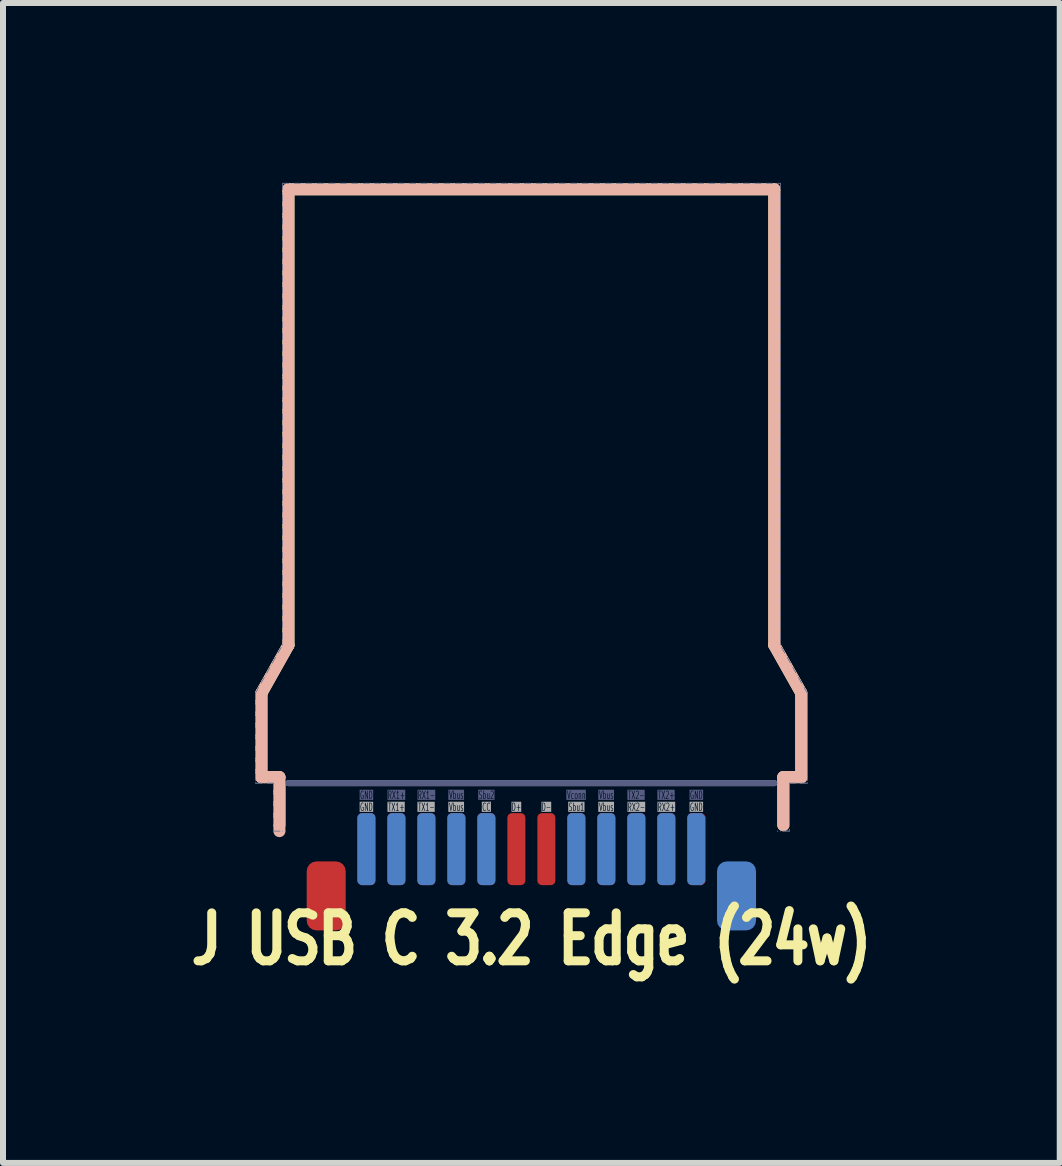
<source format=kicad_pcb>
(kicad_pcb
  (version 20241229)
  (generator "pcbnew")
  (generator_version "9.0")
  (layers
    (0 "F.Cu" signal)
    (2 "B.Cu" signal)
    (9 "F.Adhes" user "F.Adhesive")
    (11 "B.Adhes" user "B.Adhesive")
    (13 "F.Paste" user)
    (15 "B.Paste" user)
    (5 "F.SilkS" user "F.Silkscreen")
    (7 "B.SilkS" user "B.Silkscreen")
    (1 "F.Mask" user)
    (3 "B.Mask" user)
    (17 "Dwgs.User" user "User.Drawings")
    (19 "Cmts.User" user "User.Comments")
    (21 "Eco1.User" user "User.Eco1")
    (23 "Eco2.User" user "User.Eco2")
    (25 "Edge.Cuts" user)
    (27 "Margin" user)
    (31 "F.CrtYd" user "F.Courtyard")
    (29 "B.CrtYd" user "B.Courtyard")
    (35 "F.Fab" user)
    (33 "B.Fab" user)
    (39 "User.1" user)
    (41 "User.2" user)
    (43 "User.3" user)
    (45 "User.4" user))
  (footprint "J USB C 3.2 Edge (24w)"
    (layer "F.Cu")
    (at 5.808 11.005)
    (property "Reference" "J USB C 3.2 Edge (24w)" (at 0 1.6 0) (layer "F.SilkS") (effects (font (size 0.8 0.6) (thickness 0.15))))
    (attr smd)
    (fp_line (start -4.5 -2.5) (end -4.5 -1.1) (stroke (width 0.2) (type default)) (layer "F.SilkS"))
    (fp_line (start -4.5 -2.5) (end -4.05 -3.3) (stroke (width 0.2) (type default)) (layer "F.SilkS"))
    (fp_line (start -4.5 -1.1) (end -4.2 -1.1) (stroke (width 0.2) (type default)) (layer "F.SilkS"))
    (fp_line (start -4.2 -1.1) (end -4.2 -0.3) (stroke (width 0.2) (type default)) (layer "F.SilkS"))
    (fp_line (start -4.05 -10.9) (end -4.05 -3.3) (stroke (width 0.2) (type default)) (layer "F.SilkS"))
    (fp_line (start -4.05 -10.9) (end 4.05 -10.9) (stroke (width 0.2) (type default)) (layer "F.SilkS"))
    (fp_line (start 4.05 -10.9) (end 4.05 -3.3) (stroke (width 0.2) (type default)) (layer "F.SilkS"))
    (fp_line (start 4.2 -1.1) (end 4.2 -0.3) (stroke (width 0.2) (type default)) (layer "F.SilkS"))
    (fp_line (start 4.5 -2.5) (end 4.05 -3.3) (stroke (width 0.2) (type default)) (layer "F.SilkS"))
    (fp_line (start 4.5 -2.5) (end 4.5 -1.1) (stroke (width 0.2) (type default)) (layer "F.SilkS"))
    (fp_line (start 4.5 -1.1) (end 4.2 -1.1) (stroke (width 0.2) (type default)) (layer "F.SilkS"))
    (fp_line (start -4.5 -2.5) (end -4.5 -1.1) (stroke (width 0.2) (type default)) (layer "B.SilkS"))
    (fp_line (start -4.5 -2.5) (end -4.05 -3.3) (stroke (width 0.2) (type default)) (layer "B.SilkS"))
    (fp_line (start -4.5 -1.1) (end -4.2 -1.1) (stroke (width 0.2) (type default)) (layer "B.SilkS"))
    (fp_line (start -4.2 -1) (end -4.2 -0.2) (stroke (width 0.2) (type default)) (layer "B.SilkS"))
    (fp_line (start -4.05 -10.9) (end -4.05 -3.3) (stroke (width 0.2) (type default)) (layer "B.SilkS"))
    (fp_line (start -4.05 -10.9) (end 4.05 -10.9) (stroke (width 0.2) (type default)) (layer "B.SilkS"))
    (fp_line (start 4.05 -10.9) (end 4.05 -3.3) (stroke (width 0.2) (type default)) (layer "B.SilkS"))
    (fp_line (start 4.2 -1.1) (end 4.2 -0.3) (stroke (width 0.2) (type default)) (layer "B.SilkS"))
    (fp_line (start 4.5 -2.5) (end 4.05 -3.3) (stroke (width 0.2) (type default)) (layer "B.SilkS"))
    (fp_line (start 4.5 -2.5) (end 4.5 -1.1) (stroke (width 0.2) (type default)) (layer "B.SilkS"))
    (fp_line (start 4.5 -1.1) (end 4.2 -1.1) (stroke (width 0.2) (type default)) (layer "B.SilkS"))
    (fp_line (start -4.6 -2.5) (end -4.6 -1) (stroke (width 0.01) (type dash_dot)) (layer "B.Fab"))
    (fp_line (start -4.6 -2.5) (end -4.15 -3.3) (stroke (width 0.01) (type dash_dot)) (layer "B.Fab"))
    (fp_line (start -4.6 -1) (end -4.3 -1) (stroke (width 0.01) (type dash_dot)) (layer "B.Fab"))
    (fp_line (start -4.3 -1) (end -4.3 -0.2) (stroke (width 0.01) (type dash_dot)) (layer "B.Fab"))
    (fp_line (start -4.3 -0.2) (end -4.1 -0.2) (stroke (width 0.01) (type dash_dot)) (layer "B.Fab"))
    (fp_line (start -4.15 -11) (end -4.15 -3.3) (stroke (width 0.01) (type dash_dot)) (layer "B.Fab"))
    (fp_line (start -4.15 -11) (end 4.15 -11) (stroke (width 0.01) (type dash_dot)) (layer "B.Fab"))
    (fp_line (start -4.05 -1) (end 4.05 -1) (stroke (width 0.1) (type solid)) (layer "B.Fab"))
    (fp_line (start 4.15 -11) (end 4.15 -3.3) (stroke (width 0.01) (type dash_dot)) (layer "B.Fab"))
    (fp_line (start 4.3 -1) (end 4.3 -0.2) (stroke (width 0.01) (type dash_dot)) (layer "B.Fab"))
    (fp_line (start 4.3 -0.2) (end 4.1 -0.2) (stroke (width 0.01) (type dash_dot)) (layer "B.Fab"))
    (fp_line (start 4.6 -2.5) (end 4.15 -3.3) (stroke (width 0.01) (type dash_dot)) (layer "B.Fab"))
    (fp_line (start 4.6 -2.5) (end 4.6 -1) (stroke (width 0.01) (type dash_dot)) (layer "B.Fab"))
    (fp_line (start 4.6 -1) (end 4.3 -1) (stroke (width 0.01) (type dash_dot)) (layer "B.Fab"))
    (fp_line (start -4.6 -2.5) (end -4.6 -1) (stroke (width 0.01) (type dash_dot)) (layer "F.Fab"))
    (fp_line (start -4.6 -2.5) (end -4.15 -3.3) (stroke (width 0.01) (type dash_dot)) (layer "F.Fab"))
    (fp_line (start -4.6 -1) (end -4.3 -1) (stroke (width 0.01) (type dash_dot)) (layer "F.Fab"))
    (fp_line (start -4.3 -1) (end -4.3 -0.2) (stroke (width 0.01) (type dash_dot)) (layer "F.Fab"))
    (fp_line (start -4.3 -0.2) (end -4.1 -0.2) (stroke (width 0.01) (type dash_dot)) (layer "F.Fab"))
    (fp_line (start -4.15 -11) (end -4.15 -3.3) (stroke (width 0.01) (type dash_dot)) (layer "F.Fab"))
    (fp_line (start -4.15 -11) (end 4.15 -11) (stroke (width 0.01) (type dash_dot)) (layer "F.Fab"))
    (fp_line (start -4.05 -1) (end 4.05 -1) (stroke (width 0.1) (type solid)) (layer "F.Fab"))
    (fp_line (start 4.15 -11) (end 4.15 -3.3) (stroke (width 0.01) (type dash_dot)) (layer "F.Fab"))
    (fp_line (start 4.3 -1) (end 4.3 -0.2) (stroke (width 0.01) (type dash_dot)) (layer "F.Fab"))
    (fp_line (start 4.3 -0.2) (end 4.1 -0.2) (stroke (width 0.01) (type dash_dot)) (layer "F.Fab"))
    (fp_line (start 4.6 -2.5) (end 4.15 -3.3) (stroke (width 0.01) (type dash_dot)) (layer "F.Fab"))
    (fp_line (start 4.6 -2.5) (end 4.6 -1) (stroke (width 0.01) (type dash_dot)) (layer "F.Fab"))
    (fp_line (start 4.6 -1) (end 4.3 -1) (stroke (width 0.01) (type dash_dot)) (layer "F.Fab"))
    (fp_text user "RX1+" (at -2.25 -0.8 0) (layer "B.Fab" knockout) (effects (font (size 0.13 0.07) (thickness 0.01))))
    (fp_text user "TX2+" (at 2.25 -0.8 0) (layer "B.Fab" knockout) (effects (font (size 0.13 0.07) (thickness 0.01))))
    (fp_text user "Sbu2" (at -0.75 -0.8 0) (layer "B.Fab" knockout) (effects (font (size 0.13 0.07) (thickness 0.01))))
    (fp_text user "TX2-" (at 1.75 -0.8 0) (layer "B.Fab" knockout) (effects (font (size 0.13 0.07) (thickness 0.01))))
    (fp_text user "Vbus" (at -1.25 -0.8 0) (layer "B.Fab" knockout) (effects (font (size 0.13 0.07) (thickness 0.01) (bold yes))))
    (fp_text user "RX1-" (at -1.75 -0.8 0) (layer "B.Fab" knockout) (effects (font (size 0.13 0.07) (thickness 0.01))))
    (fp_text user "GND" (at -2.75 -0.8 0) (layer "B.Fab" knockout) (effects (font (size 0.13 0.07) (thickness 0.01) (bold yes))))
    (fp_text user "Vbus" (at 1.25 -0.8 0) (layer "B.Fab" knockout) (effects (font (size 0.13 0.07) (thickness 0.01) (bold yes))))
    (fp_text user "GND" (at 2.75 -0.8 0) (layer "B.Fab" knockout) (effects (font (size 0.13 0.07) (thickness 0.01) (bold yes))))
    (fp_text user "Vconn" (at 0.75 -0.8 0) (layer "B.Fab" knockout) (effects (font (size 0.13 0.07) (thickness 0.01))))
    (fp_text user "RX2-" (at 1.75 -0.6 0) (layer "F.Fab" knockout) (effects (font (size 0.13 0.07) (thickness 0.01))))
    (fp_text user "Vbus" (at -1.25 -0.6 0) (layer "F.Fab" knockout) (effects (font (size 0.13 0.07) (thickness 0.01) (bold yes))))
    (fp_text user "TX1+" (at -2.25 -0.6 0) (layer "F.Fab" knockout) (effects (font (size 0.13 0.07) (thickness 0.01))))
    (fp_text user "Sbu1" (at 0.75 -0.6 0) (layer "F.Fab" knockout) (effects (font (size 0.13 0.07) (thickness 0.01))))
    (fp_text user "RX2+" (at 2.25 -0.6 0) (layer "F.Fab" knockout) (effects (font (size 0.13 0.07) (thickness 0.01))))
    (fp_text user "GND" (at 2.75 -0.6 0) (layer "F.Fab" knockout) (effects (font (size 0.13 0.07) (thickness 0.01) (bold yes))))
    (fp_text user "TX1-" (at -1.75 -0.6 0) (layer "F.Fab" knockout) (effects (font (size 0.13 0.07) (thickness 0.01))))
    (fp_text user "D+" (at -0.25 -0.6 0) (layer "F.Fab" knockout) (effects (font (size 0.13 0.07) (thickness 0.01))))
    (fp_text user "CC" (at -0.75 -0.6 0) (layer "F.Fab" knockout) (effects (font (size 0.13 0.07) (thickness 0.01))))
    (fp_text user "GND" (at -2.75 -0.6 0) (layer "F.Fab" knockout) (effects (font (size 0.13 0.07) (thickness 0.01) (bold yes))))
    (fp_text user "D-" (at 0.25 -0.6 0) (layer "F.Fab" knockout) (effects (font (size 0.13 0.07) (thickness 0.01))))
    (fp_text user "Vbus" (at 1.25 -0.6 0) (layer "F.Fab" knockout) (effects (font (size 0.13 0.07) (thickness 0.01) (bold yes))))
    (pad "A1" smd roundrect (at -2.75 0.1) (size 0.3 1.2) (layers "F.Cu" "F.Mask" "F.Paste") (roundrect_rratio 0.25) (chamfer_ratio 0.2) (chamfer top_left bottom_left))
    (pad "A2" smd roundrect (at -2.25 0.1) (size 0.3 1.2) (layers "F.Cu" "F.Mask" "F.Paste") (roundrect_rratio 0.25))
    (pad "A3" smd roundrect (at -1.75 0.1) (size 0.3 1.2) (layers "F.Cu" "F.Mask" "F.Paste") (roundrect_rratio 0.25))
    (pad "A4" smd roundrect (at -1.25 0.1) (size 0.3 1.2) (layers "F.Cu" "F.Mask" "F.Paste") (roundrect_rratio 0.25))
    (pad "A5" smd roundrect (at -0.75 0.1) (size 0.3 1.2) (layers "F.Cu" "F.Mask" "F.Paste") (roundrect_rratio 0.25))
    (pad "A6" smd roundrect (at -0.25 0.1) (size 0.3 1.2) (layers "F.Cu" "F.Mask" "F.Paste") (roundrect_rratio 0.25))
    (pad "A7" smd roundrect (at 0.25 0.1) (size 0.3 1.2) (layers "F.Cu" "F.Mask" "F.Paste") (roundrect_rratio 0.25))
    (pad "A8" smd roundrect (at 0.75 0.1) (size 0.3 1.2) (layers "F.Cu" "F.Mask" "F.Paste") (roundrect_rratio 0.25))
    (pad "A9" smd roundrect (at 1.25 0.1) (size 0.3 1.2) (layers "F.Cu" "F.Mask" "F.Paste") (roundrect_rratio 0.25))
    (pad "A10" smd roundrect (at 1.75 0.1) (size 0.3 1.2) (layers "F.Cu" "F.Mask" "F.Paste") (roundrect_rratio 0.25))
    (pad "A11" smd roundrect (at 2.25 0.1) (size 0.3 1.2) (layers "F.Cu" "F.Mask" "F.Paste") (roundrect_rratio 0.25))
    (pad "A12" smd roundrect (at 2.75 0.1) (size 0.3 1.2) (layers "F.Cu" "F.Mask" "F.Paste") (roundrect_rratio 0.25))
    (pad "B01" smd roundrect (at 2.75 0.1) (size 0.3 1.2) (layers "B.Cu" "B.Mask" "B.Paste") (roundrect_rratio 0.25) (chamfer_ratio 0.2) (chamfer top_right bottom_right))
    (pad "B02" smd roundrect (at 2.25 0.1) (size 0.3 1.2) (layers "B.Cu" "B.Mask" "B.Paste") (roundrect_rratio 0.25))
    (pad "B03" smd roundrect (at 1.75 0.1) (size 0.3 1.2) (layers "B.Cu" "B.Mask" "B.Paste") (roundrect_rratio 0.25))
    (pad "B04" smd roundrect (at 1.25 0.1) (size 0.3 1.2) (layers "B.Cu" "B.Mask" "B.Paste") (roundrect_rratio 0.25))
    (pad "B05" smd roundrect (at 0.75 0.1) (size 0.3 1.2) (layers "B.Cu" "B.Mask" "B.Paste") (roundrect_rratio 0.25))
    (pad "B08" smd roundrect (at -0.75 0.1) (size 0.3 1.2) (layers "B.Cu" "B.Mask" "B.Paste") (roundrect_rratio 0.25))
    (pad "B09" smd roundrect (at -1.25 0.1) (size 0.3 1.2) (layers "B.Cu" "B.Mask" "B.Paste") (roundrect_rratio 0.25))
    (pad "B10" smd roundrect (at -1.75 0.1) (size 0.3 1.2) (layers "B.Cu" "B.Mask" "B.Paste") (roundrect_rratio 0.25))
    (pad "B11" smd roundrect (at -2.25 0.1) (size 0.3 1.2) (layers "B.Cu" "B.Mask" "B.Paste") (roundrect_rratio 0.25))
    (pad "B12" smd roundrect (at -2.75 0.1) (size 0.3 1.2) (layers "B.Cu" "B.Mask" "B.Paste") (roundrect_rratio 0.25))
    (pad "S" smd roundrect (at -3.42 0.88) (size 0.65 1.15) (layers "F.Cu" "F.Mask" "F.Paste") (roundrect_rratio 0.25))
    (pad "S" smd roundrect (at 3.42 0.88) (size 0.65 1.15) (layers "B.Cu" "B.Mask" "B.Paste") (roundrect_rratio 0.25)))
  (gr_rect
    (start -3 -3)
    (end 14.616 16.336)
    (stroke (width 0.1) (type default))
    (fill no)
    (layer "Edge.Cuts")))
</source>
